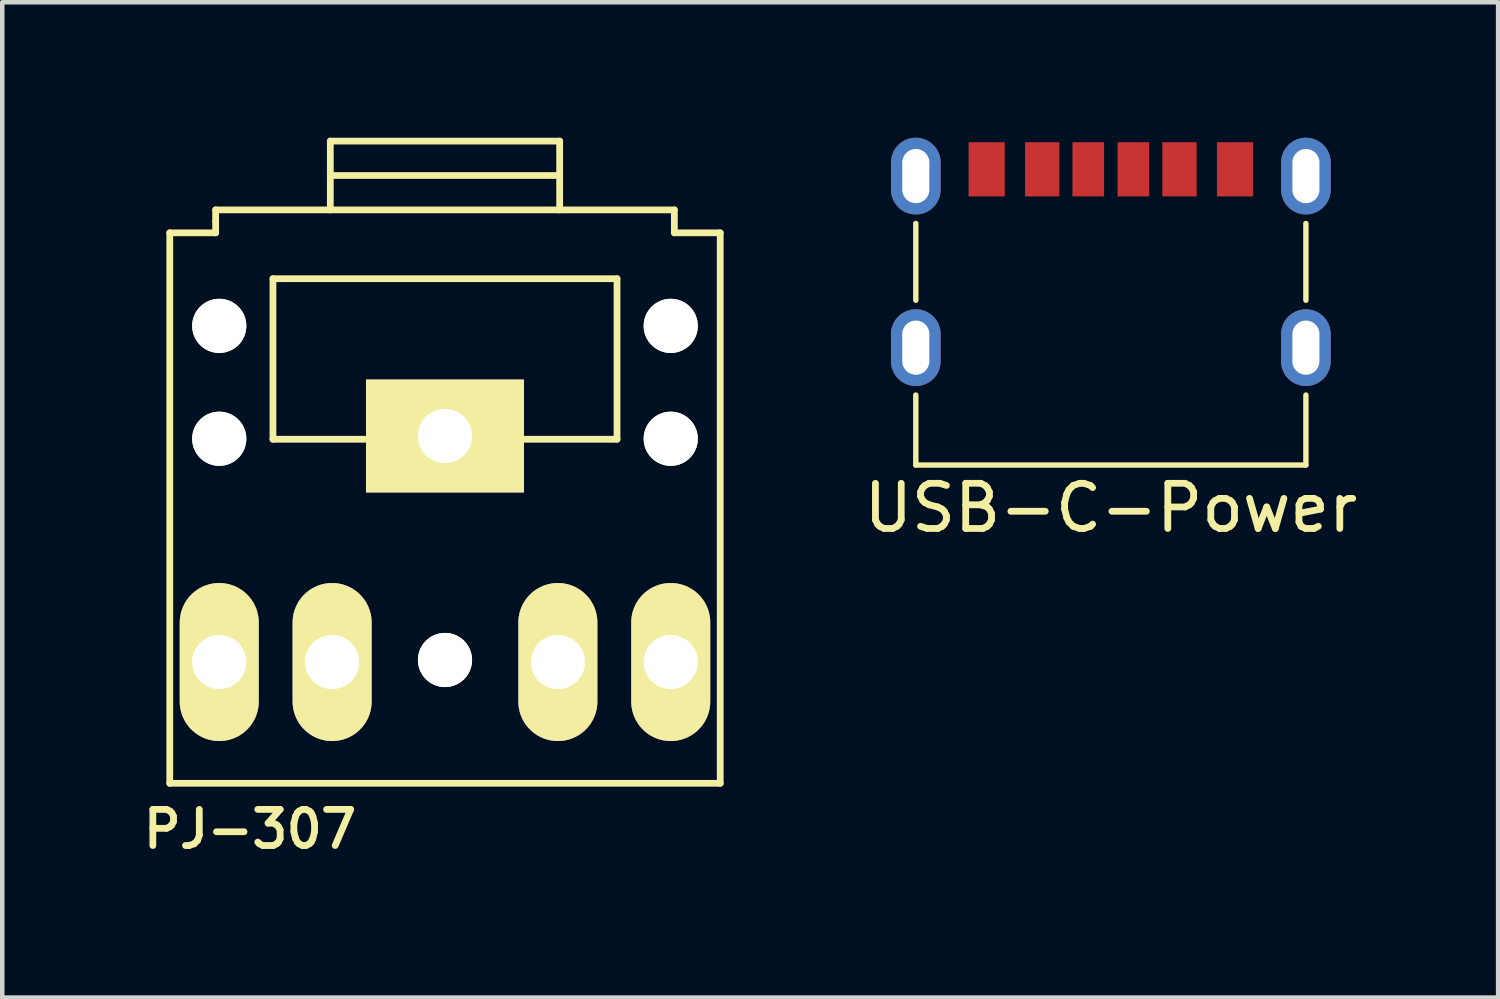
<source format=kicad_pcb>
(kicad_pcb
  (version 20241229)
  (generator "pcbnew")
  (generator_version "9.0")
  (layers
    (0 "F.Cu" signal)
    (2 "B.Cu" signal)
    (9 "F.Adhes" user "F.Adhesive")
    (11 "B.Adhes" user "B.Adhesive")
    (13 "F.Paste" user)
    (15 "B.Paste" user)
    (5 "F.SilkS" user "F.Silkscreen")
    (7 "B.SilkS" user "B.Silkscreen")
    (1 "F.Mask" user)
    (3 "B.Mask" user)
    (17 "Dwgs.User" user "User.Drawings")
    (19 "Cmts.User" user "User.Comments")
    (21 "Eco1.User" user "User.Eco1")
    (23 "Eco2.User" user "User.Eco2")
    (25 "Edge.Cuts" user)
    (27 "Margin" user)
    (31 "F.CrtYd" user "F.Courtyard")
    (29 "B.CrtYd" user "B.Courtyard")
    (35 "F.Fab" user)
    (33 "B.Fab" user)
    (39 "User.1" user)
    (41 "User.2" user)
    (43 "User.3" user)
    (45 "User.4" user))
  (footprint "PJ-307"
    (layer "F.Cu")
    (at 6.806 8.203)
    (property "Reference" "PJ-307" (at -4.318 7.112 0) (layer "F.SilkS") (effects (font (size 0.8 0.8) (thickness 0.15))))
    (attr through_hole)
    (fp_line (start -6.096 6.096) (end -6.096 -6.096) (stroke (width 0.15) (type solid)) (layer "F.SilkS"))
    (fp_line (start -5.08 -6.604) (end 5.08 -6.604) (stroke (width 0.15) (type solid)) (layer "F.SilkS"))
    (fp_line (start -5.08 -6.35) (end -5.08 -6.604) (stroke (width 0.15) (type solid)) (layer "F.SilkS"))
    (fp_line (start -5.08 -6.096) (end -6.096 -6.096) (stroke (width 0.15) (type solid)) (layer "F.SilkS"))
    (fp_line (start -5.08 -6.096) (end -5.08 -6.35) (stroke (width 0.15) (type solid)) (layer "F.SilkS"))
    (fp_line (start -3.81 -5.08) (end 3.81 -5.08) (stroke (width 0.15) (type solid)) (layer "F.SilkS"))
    (fp_line (start -3.81 -1.524) (end -3.81 -5.08) (stroke (width 0.15) (type solid)) (layer "F.SilkS"))
    (fp_line (start -2.54 -8.128) (end -2.54 -6.604) (stroke (width 0.15) (type solid)) (layer "F.SilkS"))
    (fp_line (start -2.54 -8.128) (end 2.54 -8.128) (stroke (width 0.15) (type solid)) (layer "F.SilkS"))
    (fp_line (start -2.54 -7.366) (end 2.54 -7.366) (stroke (width 0.15) (type solid)) (layer "F.SilkS"))
    (fp_line (start -1.778 -1.524) (end -3.81 -1.524) (stroke (width 0.15) (type solid)) (layer "F.SilkS"))
    (fp_line (start 2.54 -6.604) (end 2.54 -8.128) (stroke (width 0.15) (type solid)) (layer "F.SilkS"))
    (fp_line (start 3.81 -5.08) (end 3.81 -1.524) (stroke (width 0.15) (type solid)) (layer "F.SilkS"))
    (fp_line (start 3.81 -1.524) (end 1.778 -1.524) (stroke (width 0.15) (type solid)) (layer "F.SilkS"))
    (fp_line (start 5.08 -6.604) (end 5.08 -6.096) (stroke (width 0.15) (type solid)) (layer "F.SilkS"))
    (fp_line (start 6.096 -6.096) (end 5.08 -6.096) (stroke (width 0.15) (type solid)) (layer "F.SilkS"))
    (fp_line (start 6.096 -6.096) (end 6.096 6.096) (stroke (width 0.15) (type solid)) (layer "F.SilkS"))
    (fp_line (start 6.096 6.096) (end -6.096 6.096) (stroke (width 0.15) (type solid)) (layer "F.SilkS"))
    (pad "" np_thru_hole circle (at -5 -4.035 180) (size 1.2 1.2) (drill 1.2) (layers "*.Cu" "*.Mask" "F.SilkS"))
    (pad "" np_thru_hole circle (at -5 -1.535 180) (size 1.2 1.2) (drill 1.2) (layers "*.Cu" "*.Mask" "F.SilkS"))
    (pad "" np_thru_hole circle (at 0 3.365 180) (size 1.2 1.2) (drill 1.2) (layers "*.Cu" "*.Mask" "F.SilkS"))
    (pad "" np_thru_hole circle (at 5 -4.035 180) (size 1.2 1.2) (drill 1.2) (layers "*.Cu" "*.Mask" "F.SilkS"))
    (pad "" np_thru_hole circle (at 5 -1.535 180) (size 1.2 1.2) (drill 1.2) (layers "*.Cu" "*.Mask" "F.SilkS"))
    (pad "1" thru_hole rect (at 0 -1.596) (size 3.5 2.5) (drill 1.2) (layers "*.Cu" "*.Mask" "F.SilkS"))
    (pad "2" thru_hole oval (at 5 3.41) (size 1.75 3.5) (drill 1.2) (layers "*.Cu" "*.Mask" "F.SilkS"))
    (pad "3" thru_hole oval (at 2.5 3.41) (size 1.75 3.5) (drill 1.2) (layers "*.Cu" "*.Mask" "F.SilkS"))
    (pad "4" thru_hole oval (at -2.5 3.41) (size 1.75 3.5) (drill 1.2) (layers "*.Cu" "*.Mask" "F.SilkS"))
    (pad "5" thru_hole oval (at -5 3.41) (size 1.75 3.5) (drill 1.2) (layers "*.Cu" "*.Mask" "F.SilkS")))
  (footprint "USB-C-Power"
    (layer "F.Cu")
    (at 21.554 3.1)
    (property "Reference" "USB-C-Power" (at 0 5.1 0) (layer "F.SilkS") (effects (font (size 1 1) (thickness 0.15))))
    (attr through_hole)
    (fp_line (start -4.32 -1.2) (end -4.32 0.5) (stroke (width 0.12) (type solid)) (layer "F.SilkS"))
    (fp_line (start -4.32 2.6) (end -4.32 4.15) (stroke (width 0.12) (type solid)) (layer "F.SilkS"))
    (fp_line (start -4.32 4.15) (end 4.32 4.15) (stroke (width 0.12) (type solid)) (layer "F.SilkS"))
    (fp_line (start 4.32 -1.2) (end 4.32 0.5) (stroke (width 0.12) (type solid)) (layer "F.SilkS"))
    (fp_line (start 4.32 2.6) (end 4.32 4.15) (stroke (width 0.12) (type solid)) (layer "F.SilkS"))
    (pad "A5" smd rect (at -0.5 -2.4) (size 0.7 1.2) (layers "F.Cu" "F.Mask" "F.Paste"))
    (pad "A9" smd rect (at 1.52 -2.4) (size 0.76 1.2) (layers "F.Cu" "F.Mask" "F.Paste"))
    (pad "A12" smd rect (at 2.75 -2.4) (size 0.8 1.2) (layers "F.Cu" "F.Mask" "F.Paste"))
    (pad "B5" smd rect (at 0.5 -2.4) (size 0.7 1.2) (layers "F.Cu" "F.Mask" "F.Paste"))
    (pad "B9" smd rect (at -1.52 -2.4) (size 0.76 1.2) (layers "F.Cu" "F.Mask" "F.Paste"))
    (pad "B12" smd rect (at -2.75 -2.4) (size 0.8 1.2) (layers "F.Cu" "F.Mask" "F.Paste"))
    (pad "S1" thru_hole oval (at -4.32 -2.25) (size 1.1 1.7) (drill oval 0.6 1.2) (layers "*.Cu" "*.Mask"))
    (pad "S1" thru_hole oval (at -4.32 1.55) (size 1.1 1.7) (drill oval 0.6 1.2) (layers "*.Cu" "*.Mask"))
    (pad "S1" thru_hole oval (at 4.32 -2.25) (size 1.1 1.7) (drill oval 0.6 1.2) (layers "*.Cu" "*.Mask"))
    (pad "S1" thru_hole oval (at 4.32 1.55) (size 1.1 1.7) (drill oval 0.6 1.2) (layers "*.Cu" "*.Mask")))
  (gr_rect
    (start -3 -3)
    (end 30.132 19.046)
    (stroke (width 0.1) (type default))
    (fill no)
    (layer "Edge.Cuts")))
</source>
